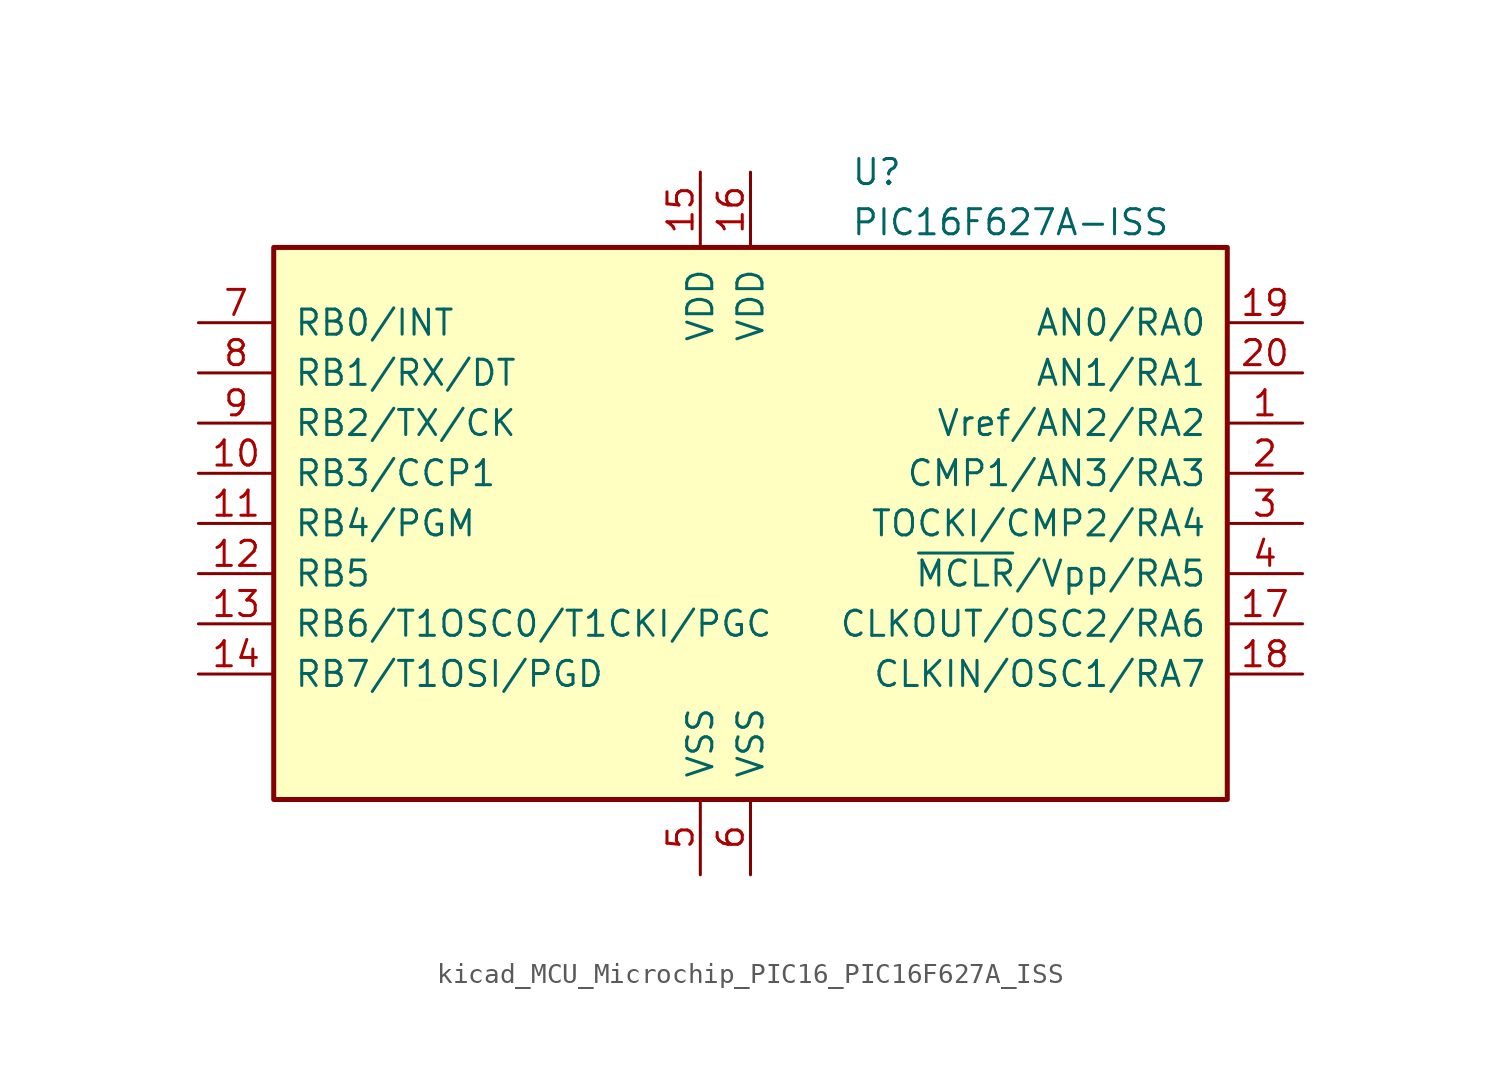
<source format=kicad_sym>
(kicad_symbol_lib
  (version 20220914)
  (generator kicad_symbol_editor)
  (symbol "kicad_MCU_Microchip_PIC16_PIC16F627A_ISS"
    (pin_names
      (offset 1.016))
    (property "Reference" "U"
      (at 5.08 17.78 0)
      (effects (font (size 1.27 1.27)) (justify left)))
    (property "Value" "PIC16F627A-ISS"
      (at 5.08 15.24 0)
      (effects (font (size 1.27 1.27)) (justify left)))
    (symbol "kicad_MCU_Microchip_PIC16_PIC16F627A_ISS_0_1"
      (rectangle (start 24.13 13.97) (end -24.13 -13.97) (stroke (width 0.254) (type default)) (fill (type background))))
    (symbol "kicad_MCU_Microchip_PIC16_PIC16F627A_ISS_1_1"
      (pin bidirectional line (at 27.94 5.08 180) (length 3.81) (name "Vref/AN2/RA2" (effects (font (size 1.27 1.27)))) (number "1" (effects (font (size 1.27 1.27)))))
      (pin bidirectional line (at -27.94 2.54 0) (length 3.81) (name "RB3/CCP1" (effects (font (size 1.27 1.27)))) (number "10" (effects (font (size 1.27 1.27)))))
      (pin bidirectional line (at -27.94 0 0) (length 3.81) (name "RB4/PGM" (effects (font (size 1.27 1.27)))) (number "11" (effects (font (size 1.27 1.27)))))
      (pin bidirectional line (at -27.94 -2.54 0) (length 3.81) (name "RB5" (effects (font (size 1.27 1.27)))) (number "12" (effects (font (size 1.27 1.27)))))
      (pin bidirectional line (at -27.94 -5.08 0) (length 3.81) (name "RB6/T1OSC0/T1CKI/PGC" (effects (font (size 1.27 1.27)))) (number "13" (effects (font (size 1.27 1.27)))))
      (pin bidirectional line (at -27.94 -7.62 0) (length 3.81) (name "RB7/T1OSI/PGD" (effects (font (size 1.27 1.27)))) (number "14" (effects (font (size 1.27 1.27)))))
      (pin power_in line (at -2.54 17.78 270) (length 3.81) (name "VDD" (effects (font (size 1.27 1.27)))) (number "15" (effects (font (size 1.27 1.27)))))
      (pin power_in line (at 0 17.78 270) (length 3.81) (name "VDD" (effects (font (size 1.27 1.27)))) (number "16" (effects (font (size 1.27 1.27)))))
      (pin bidirectional line (at 27.94 -5.08 180) (length 3.81) (name "CLKOUT/OSC2/RA6" (effects (font (size 1.27 1.27)))) (number "17" (effects (font (size 1.27 1.27)))))
      (pin bidirectional line (at 27.94 -7.62 180) (length 3.81) (name "CLKIN/OSC1/RA7" (effects (font (size 1.27 1.27)))) (number "18" (effects (font (size 1.27 1.27)))))
      (pin bidirectional line (at 27.94 10.16 180) (length 3.81) (name "AN0/RA0" (effects (font (size 1.27 1.27)))) (number "19" (effects (font (size 1.27 1.27)))))
      (pin bidirectional line (at 27.94 2.54 180) (length 3.81) (name "CMP1/AN3/RA3" (effects (font (size 1.27 1.27)))) (number "2" (effects (font (size 1.27 1.27)))))
      (pin bidirectional line (at 27.94 7.62 180) (length 3.81) (name "AN1/RA1" (effects (font (size 1.27 1.27)))) (number "20" (effects (font (size 1.27 1.27)))))
      (pin bidirectional line (at 27.94 0 180) (length 3.81) (name "TOCKI/CMP2/RA4" (effects (font (size 1.27 1.27)))) (number "3" (effects (font (size 1.27 1.27)))))
      (pin input line (at 27.94 -2.54 180) (length 3.81) (name "~{MCLR}/Vpp/RA5" (effects (font (size 1.27 1.27)))) (number "4" (effects (font (size 1.27 1.27)))))
      (pin power_in line (at -2.54 -17.78 90) (length 3.81) (name "VSS" (effects (font (size 1.27 1.27)))) (number "5" (effects (font (size 1.27 1.27)))))
      (pin power_in line (at 0 -17.78 90) (length 3.81) (name "VSS" (effects (font (size 1.27 1.27)))) (number "6" (effects (font (size 1.27 1.27)))))
      (pin bidirectional line (at -27.94 10.16 0) (length 3.81) (name "RB0/INT" (effects (font (size 1.27 1.27)))) (number "7" (effects (font (size 1.27 1.27)))))
      (pin bidirectional line (at -27.94 7.62 0) (length 3.81) (name "RB1/RX/DT" (effects (font (size 1.27 1.27)))) (number "8" (effects (font (size 1.27 1.27)))))
      (pin bidirectional line (at -27.94 5.08 0) (length 3.81) (name "RB2/TX/CK" (effects (font (size 1.27 1.27)))) (number "9" (effects (font (size 1.27 1.27))))))))
</source>
